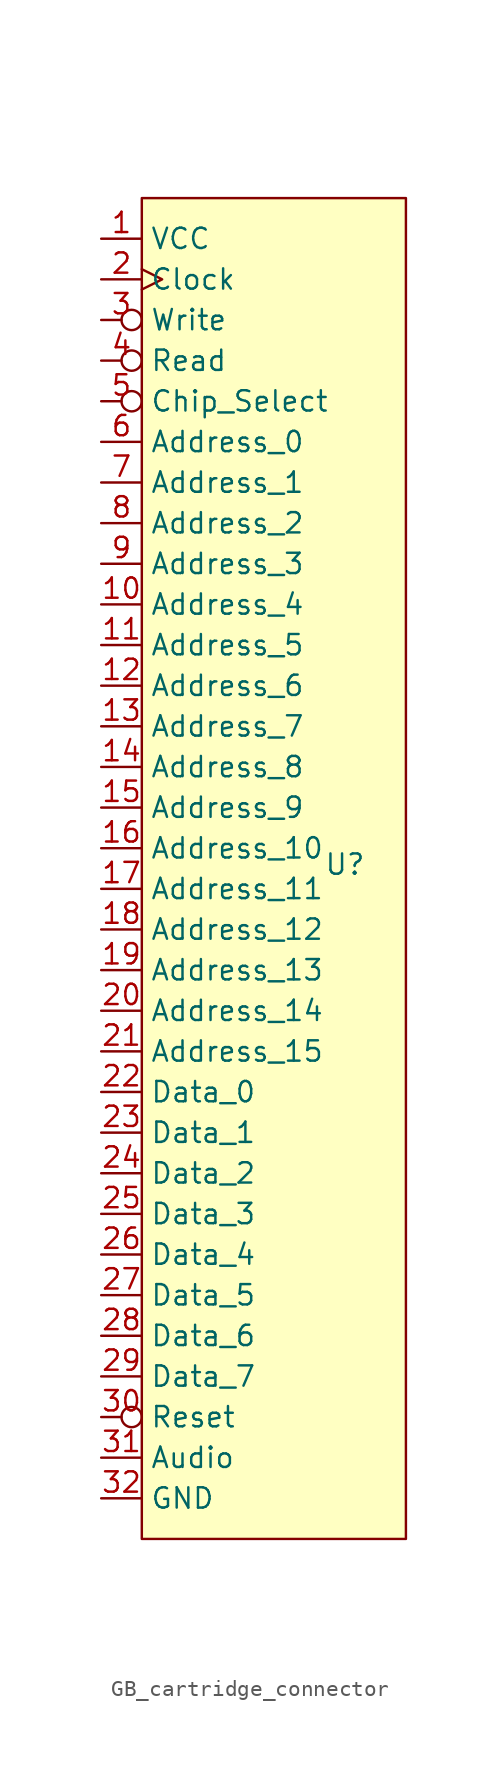
<source format=kicad_sym>
(kicad_symbol_lib
  (version 20241209)
  (generator "kicad_symbol_editor")
  (generator_version "9.0")
  (symbol "GB_cartridge_connector"
    (property "Reference" "U"
      (at 0 0.254 0)
      (effects (font (size 1.27 1.27))))
    (property "Value" ""
      (at 0 0 0)
      (effects (font (size 1.27 1.27))))
    (symbol "GB_cartridge_connector_1_1"
      (rectangle (start -12.7 41.91) (end 3.81 -41.91) (stroke (width 0) (type solid)) (fill (type background)))
      (pin power_in line (at -15.24 39.37 0) (length 2.54) (name "VCC" (effects (font (size 1.27 1.27)))) (number "1" (effects (font (size 1.27 1.27)))))
      (pin input clock (at -15.24 36.83 0) (length 2.54) (name "Clock" (effects (font (size 1.27 1.27)))) (number "2" (effects (font (size 1.27 1.27)))))
      (pin input inverted (at -15.24 34.29 0) (length 2.54) (name "Write" (effects (font (size 1.27 1.27)))) (number "3" (effects (font (size 1.27 1.27)))))
      (pin input inverted (at -15.24 31.75 0) (length 2.54) (name "Read" (effects (font (size 1.27 1.27)))) (number "4" (effects (font (size 1.27 1.27)))))
      (pin input inverted (at -15.24 29.21 0) (length 2.54) (name "Chip_Select" (effects (font (size 1.27 1.27)))) (number "5" (effects (font (size 1.27 1.27)))))
      (pin input line (at -15.24 26.67 0) (length 2.54) (name "Address_0" (effects (font (size 1.27 1.27)))) (number "6" (effects (font (size 1.27 1.27)))))
      (pin input line (at -15.24 24.13 0) (length 2.54) (name "Address_1" (effects (font (size 1.27 1.27)))) (number "7" (effects (font (size 1.27 1.27)))))
      (pin input line (at -15.24 21.59 0) (length 2.54) (name "Address_2" (effects (font (size 1.27 1.27)))) (number "8" (effects (font (size 1.27 1.27)))))
      (pin input line (at -15.24 19.05 0) (length 2.54) (name "Address_3" (effects (font (size 1.27 1.27)))) (number "9" (effects (font (size 1.27 1.27)))))
      (pin input line (at -15.24 16.51 0) (length 2.54) (name "Address_4" (effects (font (size 1.27 1.27)))) (number "10" (effects (font (size 1.27 1.27)))))
      (pin input line (at -15.24 13.97 0) (length 2.54) (name "Address_5" (effects (font (size 1.27 1.27)))) (number "11" (effects (font (size 1.27 1.27)))))
      (pin input line (at -15.24 11.43 0) (length 2.54) (name "Address_6" (effects (font (size 1.27 1.27)))) (number "12" (effects (font (size 1.27 1.27)))))
      (pin input line (at -15.24 8.89 0) (length 2.54) (name "Address_7" (effects (font (size 1.27 1.27)))) (number "13" (effects (font (size 1.27 1.27)))))
      (pin input line (at -15.24 6.35 0) (length 2.54) (name "Address_8" (effects (font (size 1.27 1.27)))) (number "14" (effects (font (size 1.27 1.27)))))
      (pin input line (at -15.24 3.81 0) (length 2.54) (name "Address_9" (effects (font (size 1.27 1.27)))) (number "15" (effects (font (size 1.27 1.27)))))
      (pin input line (at -15.24 1.27 0) (length 2.54) (name "Address_10" (effects (font (size 1.27 1.27)))) (number "16" (effects (font (size 1.27 1.27)))))
      (pin input line (at -15.24 -1.27 0) (length 2.54) (name "Address_11" (effects (font (size 1.27 1.27)))) (number "17" (effects (font (size 1.27 1.27)))))
      (pin input line (at -15.24 -3.81 0) (length 2.54) (name "Address_12" (effects (font (size 1.27 1.27)))) (number "18" (effects (font (size 1.27 1.27)))))
      (pin input line (at -15.24 -6.35 0) (length 2.54) (name "Address_13" (effects (font (size 1.27 1.27)))) (number "19" (effects (font (size 1.27 1.27)))))
      (pin input line (at -15.24 -8.89 0) (length 2.54) (name "Address_14" (effects (font (size 1.27 1.27)))) (number "20" (effects (font (size 1.27 1.27)))))
      (pin input line (at -15.24 -11.43 0) (length 2.54) (name "Address_15" (effects (font (size 1.27 1.27)))) (number "21" (effects (font (size 1.27 1.27)))))
      (pin bidirectional line (at -15.24 -13.97 0) (length 2.54) (name "Data_0" (effects (font (size 1.27 1.27)))) (number "22" (effects (font (size 1.27 1.27)))))
      (pin bidirectional line (at -15.24 -16.51 0) (length 2.54) (name "Data_1" (effects (font (size 1.27 1.27)))) (number "23" (effects (font (size 1.27 1.27)))))
      (pin bidirectional line (at -15.24 -19.05 0) (length 2.54) (name "Data_2" (effects (font (size 1.27 1.27)))) (number "24" (effects (font (size 1.27 1.27)))))
      (pin bidirectional line (at -15.24 -21.59 0) (length 2.54) (name "Data_3" (effects (font (size 1.27 1.27)))) (number "25" (effects (font (size 1.27 1.27)))))
      (pin bidirectional line (at -15.24 -24.13 0) (length 2.54) (name "Data_4" (effects (font (size 1.27 1.27)))) (number "26" (effects (font (size 1.27 1.27)))))
      (pin bidirectional line (at -15.24 -26.67 0) (length 2.54) (name "Data_5" (effects (font (size 1.27 1.27)))) (number "27" (effects (font (size 1.27 1.27)))))
      (pin bidirectional line (at -15.24 -29.21 0) (length 2.54) (name "Data_6" (effects (font (size 1.27 1.27)))) (number "28" (effects (font (size 1.27 1.27)))))
      (pin bidirectional line (at -15.24 -31.75 0) (length 2.54) (name "Data_7" (effects (font (size 1.27 1.27)))) (number "29" (effects (font (size 1.27 1.27)))))
      (pin input inverted (at -15.24 -34.29 0) (length 2.54) (name "Reset" (effects (font (size 1.27 1.27)))) (number "30" (effects (font (size 1.27 1.27)))))
      (pin input line (at -15.24 -36.83 0) (length 2.54) (name "Audio" (effects (font (size 1.27 1.27)))) (number "31" (effects (font (size 1.27 1.27)))))
      (pin power_in line (at -15.24 -39.37 0) (length 2.54) (name "GND" (effects (font (size 1.27 1.27)))) (number "32" (effects (font (size 1.27 1.27))))))))
</source>
